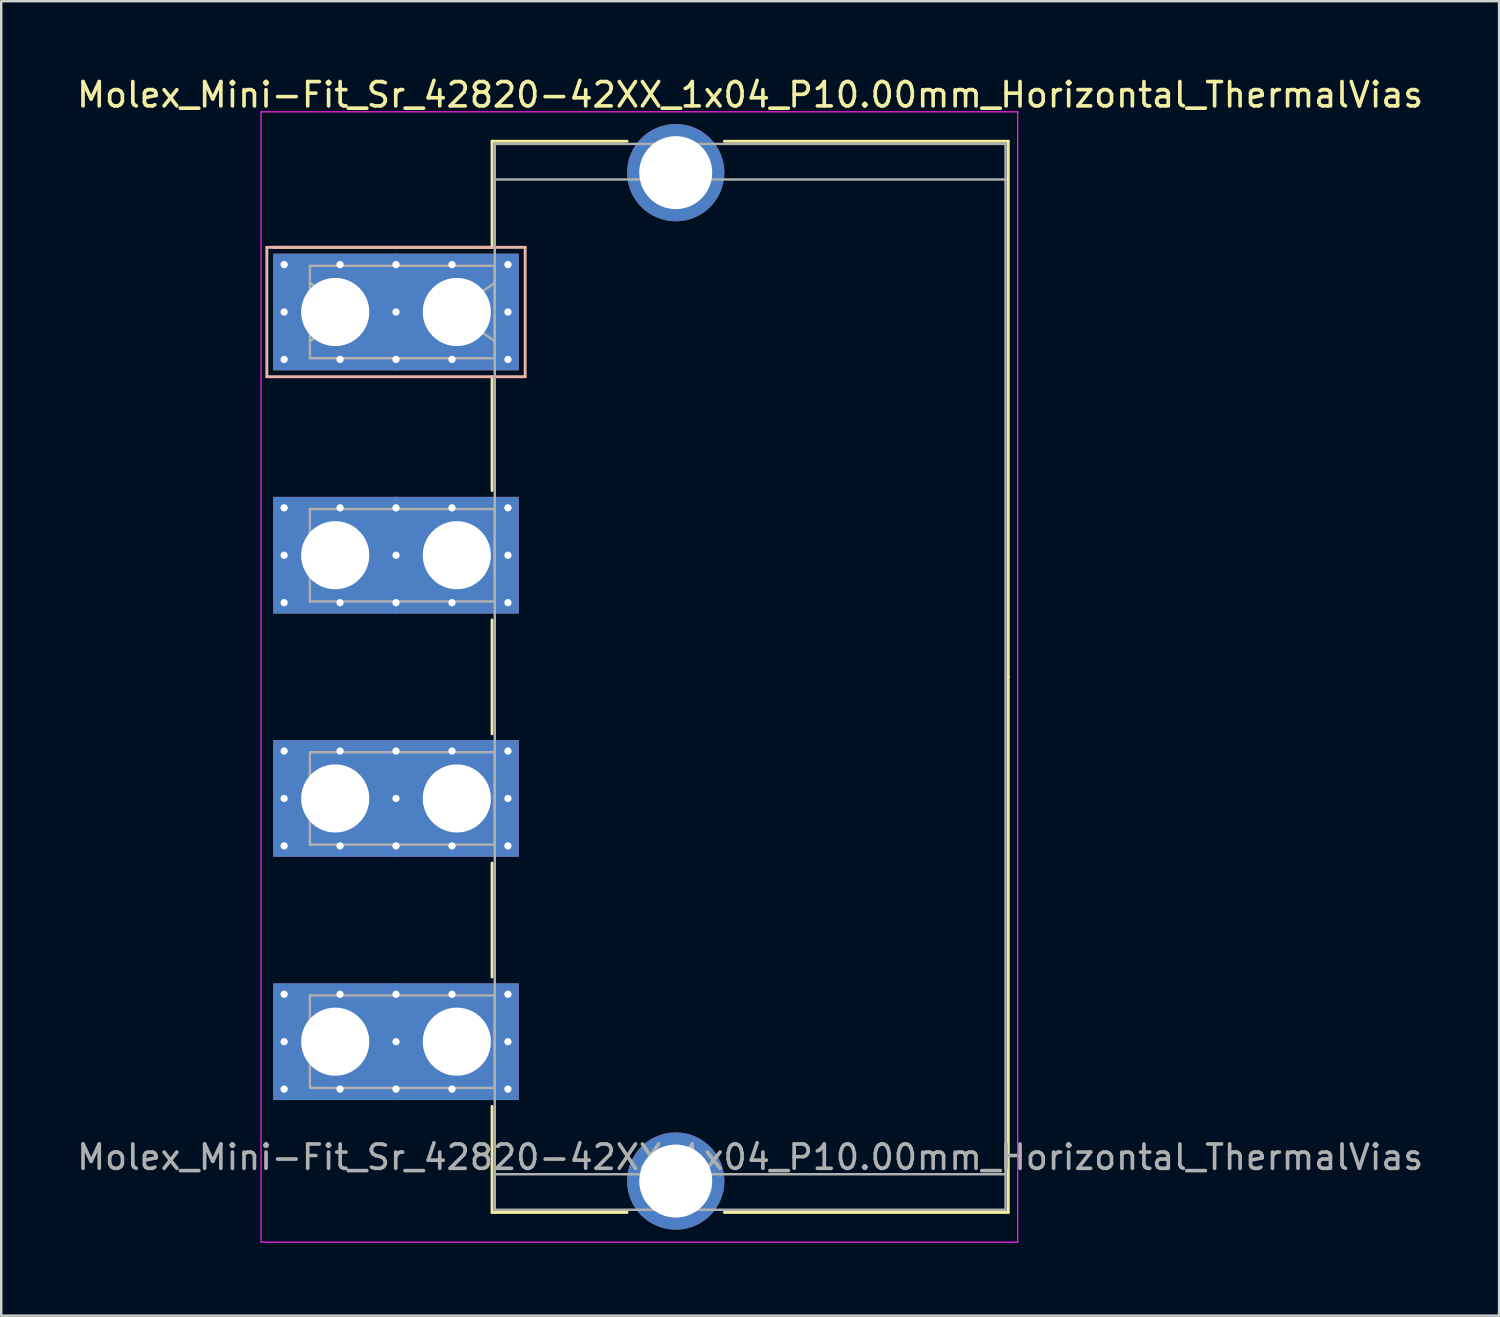
<source format=kicad_pcb>
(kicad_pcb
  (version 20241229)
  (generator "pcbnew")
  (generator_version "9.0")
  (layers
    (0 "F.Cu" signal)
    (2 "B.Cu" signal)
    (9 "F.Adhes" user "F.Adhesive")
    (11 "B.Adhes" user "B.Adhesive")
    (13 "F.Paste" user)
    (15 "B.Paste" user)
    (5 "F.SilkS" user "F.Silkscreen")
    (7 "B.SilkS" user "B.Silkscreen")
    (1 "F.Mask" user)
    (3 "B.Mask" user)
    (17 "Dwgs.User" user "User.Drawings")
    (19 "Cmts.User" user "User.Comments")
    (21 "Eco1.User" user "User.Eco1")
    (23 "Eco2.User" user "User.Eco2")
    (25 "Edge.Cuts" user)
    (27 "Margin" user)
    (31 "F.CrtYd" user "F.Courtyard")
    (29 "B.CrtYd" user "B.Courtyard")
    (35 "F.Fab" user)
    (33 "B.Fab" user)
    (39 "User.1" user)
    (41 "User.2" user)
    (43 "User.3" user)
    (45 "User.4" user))
  (footprint "Molex_Mini-Fit_Sr_42820-42XX_1x04_P10.00mm_Horizontal_ThermalVias"
    (layer "F.Cu")
    (at 10.732 9.778)
    (property "Reference" "Molex_Mini-Fit_Sr_42820-42XX_1x04_P10.00mm_Horizontal_ThermalVias" (at 17.06 -8.93 0) (layer "F.SilkS") (effects (font (size 1 1) (thickness 0.15))))
    (attr through_hole)
    (fp_line (start 6.45 -7.02) (end 12 -7.02) (stroke (width 0.12) (type solid)) (layer "F.SilkS"))
    (fp_line (start 6.45 -2.66) (end -2.55 -2.66) (stroke (width 0.12) (type solid)) (layer "F.SilkS"))
    (fp_line (start 6.45 -2.66) (end 6.45 -7.02) (stroke (width 0.12) (type solid)) (layer "F.SilkS"))
    (fp_line (start 6.45 2.66) (end 6.45 7.34) (stroke (width 0.12) (type solid)) (layer "F.SilkS"))
    (fp_line (start 6.45 12.66) (end 6.45 17.34) (stroke (width 0.12) (type solid)) (layer "F.SilkS"))
    (fp_line (start 6.45 22.66) (end 6.45 27.34) (stroke (width 0.12) (type solid)) (layer "F.SilkS"))
    (fp_line (start 6.45 32.66) (end 6.45 37.02) (stroke (width 0.12) (type solid)) (layer "F.SilkS"))
    (fp_line (start 6.45 37.02) (end 12 37.02) (stroke (width 0.12) (type solid)) (layer "F.SilkS"))
    (fp_line (start 16 -7.02) (end 27.67 -7.02) (stroke (width 0.12) (type solid)) (layer "F.SilkS"))
    (fp_line (start 16 37.02) (end 27.67 37.02) (stroke (width 0.12) (type solid)) (layer "F.SilkS"))
    (fp_line (start 27.67 -7.02) (end 27.67 15) (stroke (width 0.12) (type solid)) (layer "F.SilkS"))
    (fp_line (start 27.67 37.02) (end 27.67 15) (stroke (width 0.12) (type solid)) (layer "F.SilkS"))
    (fp_line (start -2.81 -2.66) (end -2.81 2.66) (stroke (width 0.12) (type solid)) (layer "B.SilkS"))
    (fp_line (start -2.81 2.66) (end 7.81 2.66) (stroke (width 0.12) (type solid)) (layer "B.SilkS"))
    (fp_line (start 7.81 -2.66) (end -2.81 -2.66) (stroke (width 0.12) (type solid)) (layer "B.SilkS"))
    (fp_line (start 7.81 2.66) (end 7.81 -2.66) (stroke (width 0.12) (type solid)) (layer "B.SilkS"))
    (fp_line (start -3.05 -8.23) (end -3.05 38.24) (stroke (width 0.05) (type solid)) (layer "F.CrtYd"))
    (fp_line (start -3.05 38.24) (end 28.06 38.24) (stroke (width 0.05) (type solid)) (layer "F.CrtYd"))
    (fp_line (start 28.06 -8.23) (end -3.05 -8.23) (stroke (width 0.05) (type solid)) (layer "F.CrtYd"))
    (fp_line (start 28.06 38.24) (end 28.06 -8.23) (stroke (width 0.05) (type solid)) (layer "F.CrtYd"))
    (fp_line (start -1.04 -1.9) (end 6.56 -1.9) (stroke (width 0.1) (type solid)) (layer "F.Fab"))
    (fp_line (start -1.04 -1.2) (end 0.657 0) (stroke (width 0.1) (type solid)) (layer "F.Fab"))
    (fp_line (start -1.04 1.9) (end -1.04 -1.9) (stroke (width 0.1) (type solid)) (layer "F.Fab"))
    (fp_line (start -1.04 8.1) (end 6.56 8.1) (stroke (width 0.1) (type solid)) (layer "F.Fab"))
    (fp_line (start -1.04 11.9) (end -1.04 8.1) (stroke (width 0.1) (type solid)) (layer "F.Fab"))
    (fp_line (start -1.04 18.1) (end 6.56 18.1) (stroke (width 0.1) (type solid)) (layer "F.Fab"))
    (fp_line (start -1.04 21.9) (end -1.04 18.1) (stroke (width 0.1) (type solid)) (layer "F.Fab"))
    (fp_line (start -1.04 28.1) (end 6.56 28.1) (stroke (width 0.1) (type solid)) (layer "F.Fab"))
    (fp_line (start -1.04 31.9) (end -1.04 28.1) (stroke (width 0.1) (type solid)) (layer "F.Fab"))
    (fp_line (start 0.657 0) (end -1.04 1.2) (stroke (width 0.1) (type solid)) (layer "F.Fab"))
    (fp_line (start 4.863 0) (end 6.56 1.2) (stroke (width 0.1) (type solid)) (layer "F.Fab"))
    (fp_line (start 6.56 -6.91) (end 6.56 36.91) (stroke (width 0.1) (type solid)) (layer "F.Fab"))
    (fp_line (start 6.56 -5.45) (end 27.56 -5.45) (stroke (width 0.1) (type solid)) (layer "F.Fab"))
    (fp_line (start 6.56 -1.9) (end 6.56 1.9) (stroke (width 0.1) (type solid)) (layer "F.Fab"))
    (fp_line (start 6.56 -1.2) (end 4.863 0) (stroke (width 0.1) (type solid)) (layer "F.Fab"))
    (fp_line (start 6.56 1.9) (end -1.04 1.9) (stroke (width 0.1) (type solid)) (layer "F.Fab"))
    (fp_line (start 6.56 8.1) (end 6.56 11.9) (stroke (width 0.1) (type solid)) (layer "F.Fab"))
    (fp_line (start 6.56 11.9) (end -1.04 11.9) (stroke (width 0.1) (type solid)) (layer "F.Fab"))
    (fp_line (start 6.56 18.1) (end 6.56 21.9) (stroke (width 0.1) (type solid)) (layer "F.Fab"))
    (fp_line (start 6.56 21.9) (end -1.04 21.9) (stroke (width 0.1) (type solid)) (layer "F.Fab"))
    (fp_line (start 6.56 28.1) (end 6.56 31.9) (stroke (width 0.1) (type solid)) (layer "F.Fab"))
    (fp_line (start 6.56 31.9) (end -1.04 31.9) (stroke (width 0.1) (type solid)) (layer "F.Fab"))
    (fp_line (start 6.56 35.45) (end 27.56 35.45) (stroke (width 0.1) (type solid)) (layer "F.Fab"))
    (fp_line (start 6.56 36.91) (end 27.56 36.91) (stroke (width 0.1) (type solid)) (layer "F.Fab"))
    (fp_line (start 27.56 -6.91) (end 6.56 -6.91) (stroke (width 0.1) (type solid)) (layer "F.Fab"))
    (fp_line (start 27.56 36.91) (end 27.56 -6.91) (stroke (width 0.1) (type solid)) (layer "F.Fab"))
    (fp_text user "${REFERENCE}" (at 17.06 34.75 0) (layer "F.Fab") (effects (font (size 1 1) (thickness 0.15))))
    (pad "" thru_hole circle (at 14 -5.73) (size 4 4) (drill 3) (layers "*.Cu" "*.Mask"))
    (pad "" thru_hole circle (at 14 35.73) (size 4 4) (drill 3) (layers "*.Cu" "*.Mask"))
    (pad "1" thru_hole roundrect (at -2.1 -1.95) (size 0.6 0.6) (drill 0.3) (layers "*.Cu" "*.Mask") (roundrect_rratio 0.25))
    (pad "1" thru_hole roundrect (at -2.1 0) (size 0.6 0.6) (drill 0.3) (layers "*.Cu" "*.Mask") (roundrect_rratio 0.25))
    (pad "1" thru_hole roundrect (at -2.1 1.95) (size 0.6 0.6) (drill 0.3) (layers "*.Cu" "*.Mask") (roundrect_rratio 0.25))
    (pad "1" thru_hole rect (at 0 0) (size 5.1 4.8) (drill 2.8) (layers "*.Cu" "*.Mask"))
    (pad "1" thru_hole roundrect (at 0.2 -1.95) (size 0.6 0.6) (drill 0.3) (layers "*.Cu" "*.Mask") (roundrect_rratio 0.25))
    (pad "1" thru_hole roundrect (at 0.2 1.95) (size 0.6 0.6) (drill 0.3) (layers "*.Cu" "*.Mask") (roundrect_rratio 0.25))
    (pad "1" thru_hole roundrect (at 2.5 -1.95) (size 0.6 0.6) (drill 0.3) (layers "*.Cu" "*.Mask") (roundrect_rratio 0.25))
    (pad "1" thru_hole roundrect (at 2.5 0) (size 0.6 0.6) (drill 0.3) (layers "*.Cu" "*.Mask") (roundrect_rratio 0.25))
    (pad "1" thru_hole roundrect (at 2.5 1.95) (size 0.6 0.6) (drill 0.3) (layers "*.Cu" "*.Mask") (roundrect_rratio 0.25))
    (pad "1" thru_hole roundrect (at 4.8 -1.95) (size 0.6 0.6) (drill 0.3) (layers "*.Cu" "*.Mask") (roundrect_rratio 0.25))
    (pad "1" thru_hole roundrect (at 4.8 1.95) (size 0.6 0.6) (drill 0.3) (layers "*.Cu" "*.Mask") (roundrect_rratio 0.25))
    (pad "1" thru_hole rect (at 5 0) (size 5.1 4.8) (drill 2.8) (layers "*.Cu" "*.Mask"))
    (pad "1" thru_hole roundrect (at 7.1 -1.95) (size 0.6 0.6) (drill 0.3) (layers "*.Cu" "*.Mask") (roundrect_rratio 0.25))
    (pad "1" thru_hole roundrect (at 7.1 0) (size 0.6 0.6) (drill 0.3) (layers "*.Cu" "*.Mask") (roundrect_rratio 0.25))
    (pad "1" thru_hole roundrect (at 7.1 1.95) (size 0.6 0.6) (drill 0.3) (layers "*.Cu" "*.Mask") (roundrect_rratio 0.25))
    (pad "2" thru_hole circle (at -2.1 8.05) (size 0.6 0.6) (drill 0.3) (layers "*.Cu" "*.Mask"))
    (pad "2" thru_hole circle (at -2.1 10) (size 0.6 0.6) (drill 0.3) (layers "*.Cu" "*.Mask"))
    (pad "2" thru_hole circle (at -2.1 11.95) (size 0.6 0.6) (drill 0.3) (layers "*.Cu" "*.Mask"))
    (pad "2" thru_hole rect (at 0 10) (size 5.1 4.8) (drill 2.8) (layers "*.Cu" "*.Mask"))
    (pad "2" thru_hole circle (at 0.2 8.05) (size 0.6 0.6) (drill 0.3) (layers "*.Cu" "*.Mask"))
    (pad "2" thru_hole circle (at 0.2 11.95) (size 0.6 0.6) (drill 0.3) (layers "*.Cu" "*.Mask"))
    (pad "2" thru_hole circle (at 2.5 8.05) (size 0.6 0.6) (drill 0.3) (layers "*.Cu" "*.Mask"))
    (pad "2" thru_hole circle (at 2.5 10) (size 0.6 0.6) (drill 0.3) (layers "*.Cu" "*.Mask"))
    (pad "2" thru_hole circle (at 2.5 11.95) (size 0.6 0.6) (drill 0.3) (layers "*.Cu" "*.Mask"))
    (pad "2" thru_hole circle (at 4.8 8.05) (size 0.6 0.6) (drill 0.3) (layers "*.Cu" "*.Mask"))
    (pad "2" thru_hole circle (at 4.8 11.95) (size 0.6 0.6) (drill 0.3) (layers "*.Cu" "*.Mask"))
    (pad "2" thru_hole rect (at 5 10) (size 5.1 4.8) (drill 2.8) (layers "*.Cu" "*.Mask"))
    (pad "2" thru_hole circle (at 7.1 8.05) (size 0.6 0.6) (drill 0.3) (layers "*.Cu" "*.Mask"))
    (pad "2" thru_hole circle (at 7.1 10) (size 0.6 0.6) (drill 0.3) (layers "*.Cu" "*.Mask"))
    (pad "2" thru_hole circle (at 7.1 11.95) (size 0.6 0.6) (drill 0.3) (layers "*.Cu" "*.Mask"))
    (pad "3" thru_hole circle (at -2.1 18.05) (size 0.6 0.6) (drill 0.3) (layers "*.Cu" "*.Mask"))
    (pad "3" thru_hole circle (at -2.1 20) (size 0.6 0.6) (drill 0.3) (layers "*.Cu" "*.Mask"))
    (pad "3" thru_hole circle (at -2.1 21.95) (size 0.6 0.6) (drill 0.3) (layers "*.Cu" "*.Mask"))
    (pad "3" thru_hole rect (at 0 20) (size 5.1 4.8) (drill 2.8) (layers "*.Cu" "*.Mask"))
    (pad "3" thru_hole circle (at 0.2 18.05) (size 0.6 0.6) (drill 0.3) (layers "*.Cu" "*.Mask"))
    (pad "3" thru_hole circle (at 0.2 21.95) (size 0.6 0.6) (drill 0.3) (layers "*.Cu" "*.Mask"))
    (pad "3" thru_hole circle (at 2.5 18.05) (size 0.6 0.6) (drill 0.3) (layers "*.Cu" "*.Mask"))
    (pad "3" thru_hole circle (at 2.5 20) (size 0.6 0.6) (drill 0.3) (layers "*.Cu" "*.Mask"))
    (pad "3" thru_hole circle (at 2.5 21.95) (size 0.6 0.6) (drill 0.3) (layers "*.Cu" "*.Mask"))
    (pad "3" thru_hole circle (at 4.8 18.05) (size 0.6 0.6) (drill 0.3) (layers "*.Cu" "*.Mask"))
    (pad "3" thru_hole circle (at 4.8 21.95) (size 0.6 0.6) (drill 0.3) (layers "*.Cu" "*.Mask"))
    (pad "3" thru_hole rect (at 5 20) (size 5.1 4.8) (drill 2.8) (layers "*.Cu" "*.Mask"))
    (pad "3" thru_hole circle (at 7.1 18.05) (size 0.6 0.6) (drill 0.3) (layers "*.Cu" "*.Mask"))
    (pad "3" thru_hole circle (at 7.1 20) (size 0.6 0.6) (drill 0.3) (layers "*.Cu" "*.Mask"))
    (pad "3" thru_hole circle (at 7.1 21.95) (size 0.6 0.6) (drill 0.3) (layers "*.Cu" "*.Mask"))
    (pad "4" thru_hole circle (at -2.1 28.05) (size 0.6 0.6) (drill 0.3) (layers "*.Cu" "*.Mask"))
    (pad "4" thru_hole circle (at -2.1 30) (size 0.6 0.6) (drill 0.3) (layers "*.Cu" "*.Mask"))
    (pad "4" thru_hole circle (at -2.1 31.95) (size 0.6 0.6) (drill 0.3) (layers "*.Cu" "*.Mask"))
    (pad "4" thru_hole rect (at 0 30) (size 5.1 4.8) (drill 2.8) (layers "*.Cu" "*.Mask"))
    (pad "4" thru_hole circle (at 0.2 28.05) (size 0.6 0.6) (drill 0.3) (layers "*.Cu" "*.Mask"))
    (pad "4" thru_hole circle (at 0.2 31.95) (size 0.6 0.6) (drill 0.3) (layers "*.Cu" "*.Mask"))
    (pad "4" thru_hole circle (at 2.5 28.05) (size 0.6 0.6) (drill 0.3) (layers "*.Cu" "*.Mask"))
    (pad "4" thru_hole circle (at 2.5 30) (size 0.6 0.6) (drill 0.3) (layers "*.Cu" "*.Mask"))
    (pad "4" thru_hole circle (at 2.5 31.95) (size 0.6 0.6) (drill 0.3) (layers "*.Cu" "*.Mask"))
    (pad "4" thru_hole circle (at 4.8 28.05) (size 0.6 0.6) (drill 0.3) (layers "*.Cu" "*.Mask"))
    (pad "4" thru_hole circle (at 4.8 31.95) (size 0.6 0.6) (drill 0.3) (layers "*.Cu" "*.Mask"))
    (pad "4" thru_hole rect (at 5 30) (size 5.1 4.8) (drill 2.8) (layers "*.Cu" "*.Mask"))
    (pad "4" thru_hole circle (at 7.1 28.05) (size 0.6 0.6) (drill 0.3) (layers "*.Cu" "*.Mask"))
    (pad "4" thru_hole circle (at 7.1 30) (size 0.6 0.6) (drill 0.3) (layers "*.Cu" "*.Mask"))
    (pad "4" thru_hole circle (at 7.1 31.95) (size 0.6 0.6) (drill 0.3) (layers "*.Cu" "*.Mask")))
  (gr_rect
    (start -3 -3)
    (end 58.583 51.043)
    (stroke (width 0.1) (type default))
    (fill no)
    (layer "Edge.Cuts")))
</source>
